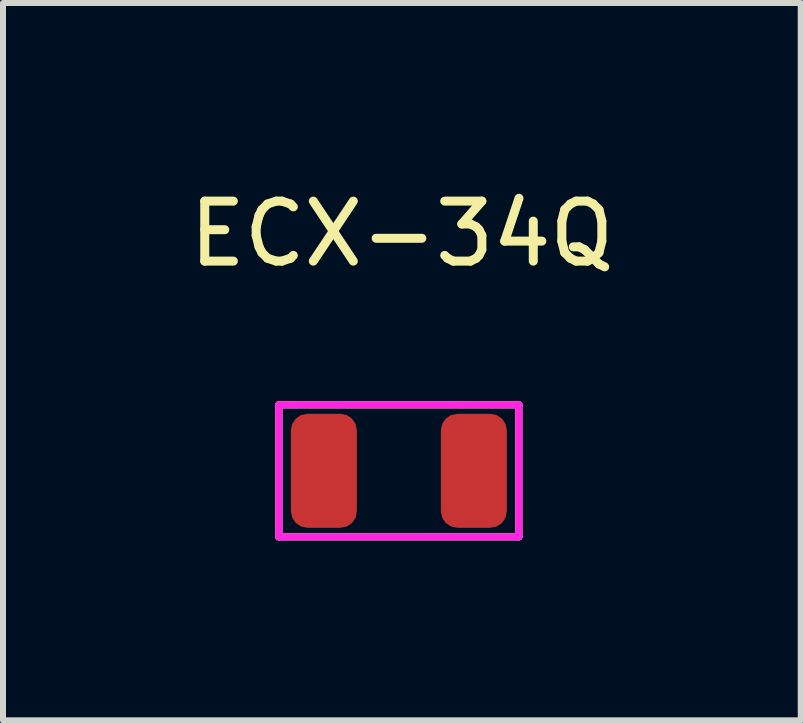
<source format=kicad_pcb>
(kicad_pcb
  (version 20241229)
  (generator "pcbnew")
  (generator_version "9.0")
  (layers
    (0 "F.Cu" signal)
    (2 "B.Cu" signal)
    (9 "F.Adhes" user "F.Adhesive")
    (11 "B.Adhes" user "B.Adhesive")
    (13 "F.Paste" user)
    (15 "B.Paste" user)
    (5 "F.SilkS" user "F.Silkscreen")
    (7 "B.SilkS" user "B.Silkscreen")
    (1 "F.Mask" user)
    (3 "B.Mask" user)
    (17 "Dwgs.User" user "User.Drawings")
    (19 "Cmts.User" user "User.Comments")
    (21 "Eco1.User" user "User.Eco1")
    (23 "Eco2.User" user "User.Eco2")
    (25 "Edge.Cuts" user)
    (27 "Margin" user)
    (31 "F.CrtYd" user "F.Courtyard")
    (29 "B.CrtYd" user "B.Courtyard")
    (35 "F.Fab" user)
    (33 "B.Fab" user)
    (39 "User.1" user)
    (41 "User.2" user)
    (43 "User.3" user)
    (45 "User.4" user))
  (footprint "ECX-34Q"
    (layer "F.Cu")
    (at 3.599 4.798)
    (property "Reference" "ECX-34Q" (at 0.05 -3.95 0) (unlocked yes) (layer "F.SilkS") (effects (font (size 1 1) (thickness 0.15))))
    (attr smd)
    (fp_line (start -2 -1.1) (end 2 -1.1) (stroke (width 0.12) (type default)) (layer "F.SilkS"))
    (fp_line (start -2 1.1) (end -2 -1.1) (stroke (width 0.12) (type default)) (layer "F.SilkS"))
    (fp_line (start 2 -1.1) (end 2 1.1) (stroke (width 0.12) (type default)) (layer "F.SilkS"))
    (fp_line (start 2 1.1) (end -2 1.1) (stroke (width 0.12) (type default)) (layer "F.SilkS"))
    (fp_line (start -2 -1.1) (end 2 -1.1) (stroke (width 0.12) (type default)) (layer "F.CrtYd"))
    (fp_line (start -2 1.1) (end -2 -1.1) (stroke (width 0.12) (type default)) (layer "F.CrtYd"))
    (fp_line (start 2 -1.1) (end 2 1.1) (stroke (width 0.12) (type default)) (layer "F.CrtYd"))
    (fp_line (start 2 1.1) (end -2 1.1) (stroke (width 0.12) (type default)) (layer "F.CrtYd"))
    (pad "1" smd roundrect (at -1.25 0) (size 1.1 1.9) (layers "F.Cu" "F.Mask" "F.Paste") (roundrect_rratio 0.25))
    (pad "2" smd roundrect (at 1.25 0) (size 1.1 1.9) (layers "F.Cu" "F.Mask" "F.Paste") (roundrect_rratio 0.25)))
  (gr_rect
    (start -3 -3)
    (end 10.298 8.958)
    (stroke (width 0.1) (type default))
    (fill no)
    (layer "Edge.Cuts")))
</source>
